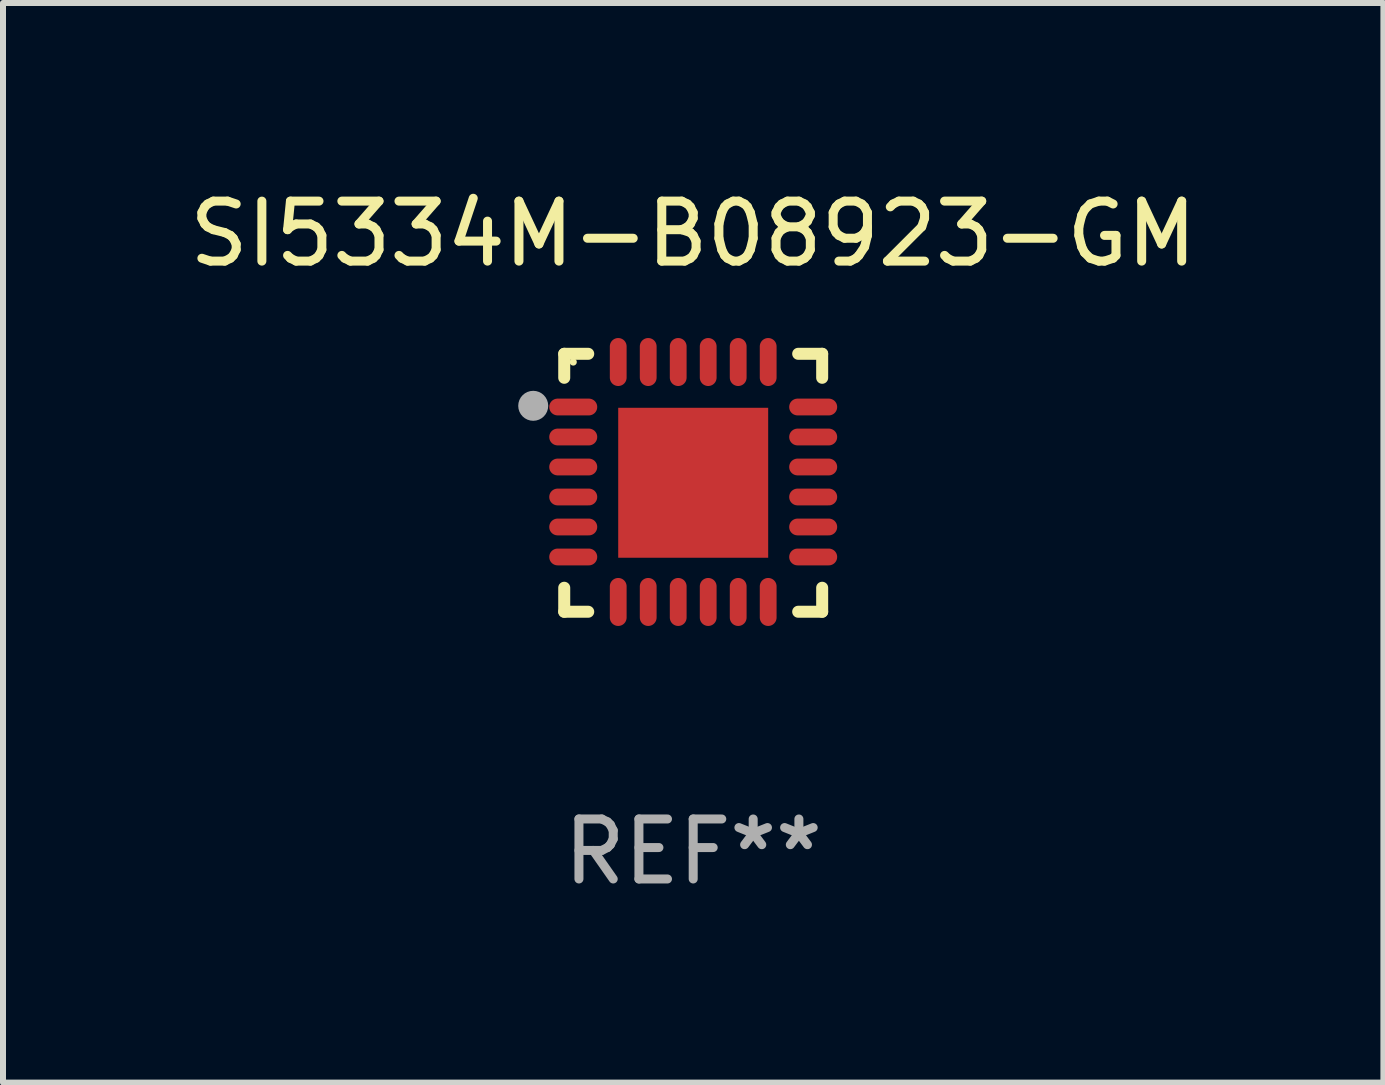
<source format=kicad_pcb>
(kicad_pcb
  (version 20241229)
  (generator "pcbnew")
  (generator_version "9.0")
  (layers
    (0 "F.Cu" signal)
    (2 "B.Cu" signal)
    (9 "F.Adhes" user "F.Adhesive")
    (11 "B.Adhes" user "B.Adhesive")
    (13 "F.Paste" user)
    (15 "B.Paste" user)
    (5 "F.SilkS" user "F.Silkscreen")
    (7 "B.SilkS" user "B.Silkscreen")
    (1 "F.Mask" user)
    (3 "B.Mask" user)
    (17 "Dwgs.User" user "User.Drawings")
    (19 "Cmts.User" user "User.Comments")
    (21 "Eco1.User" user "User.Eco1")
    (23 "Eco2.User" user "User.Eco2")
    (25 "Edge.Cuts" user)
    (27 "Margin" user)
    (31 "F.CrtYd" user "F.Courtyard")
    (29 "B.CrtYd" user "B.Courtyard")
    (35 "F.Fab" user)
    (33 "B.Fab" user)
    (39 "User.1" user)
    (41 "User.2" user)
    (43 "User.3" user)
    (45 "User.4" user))
  (footprint "SI5334M-B08923-GM"
    (layer "F.Cu")
    (at 8.506 4.998)
    (property "Reference" "SI5334M-B08923-GM" (at 0 -4.15 0) (layer "F.SilkS") (effects (font (size 1 1) (thickness 0.15))))
    (attr through_hole)
    (fp_line (start -2.15 -2.15) (end -1.75 -2.15) (stroke (width 0.2) (type solid)) (layer "F.SilkS"))
    (fp_line (start -2.15 -1.75) (end -2.15 -2.15) (stroke (width 0.2) (type solid)) (layer "F.SilkS"))
    (fp_line (start -2.15 2.15) (end -2.15 1.75) (stroke (width 0.2) (type solid)) (layer "F.SilkS"))
    (fp_line (start -1.75 2.15) (end -2.15 2.15) (stroke (width 0.2) (type solid)) (layer "F.SilkS"))
    (fp_line (start 1.75 -2.15) (end 2.15 -2.15) (stroke (width 0.2) (type solid)) (layer "F.SilkS"))
    (fp_line (start 1.75 2.15) (end 2.15 2.15) (stroke (width 0.2) (type solid)) (layer "F.SilkS"))
    (fp_line (start 2.15 -2.15) (end 2.15 -1.75) (stroke (width 0.2) (type solid)) (layer "F.SilkS"))
    (fp_line (start 2.15 2.15) (end 2.15 1.75) (stroke (width 0.2) (type solid)) (layer "F.SilkS"))
    (fp_circle (center -2 -2.013) (end -1.97 -2.013) (stroke (width 0.06) (type solid)) (fill no) (layer "F.SilkS"))
    (fp_circle (center -2.667 -1.283) (end -2.542 -1.283) (stroke (width 0.25) (type solid)) (fill no) (layer "F.Fab"))
    (fp_text user "REF**" (at 0 6.15 0) (layer "F.Fab") (effects (font (size 1 1) (thickness 0.15))))
    (pad "1" smd oval (at -2 -1.263) (size 0.8 0.28) (layers "F.Cu" "F.Mask" "F.Paste"))
    (pad "2" smd oval (at -2 -0.763) (size 0.8 0.28) (layers "F.Cu" "F.Mask" "F.Paste"))
    (pad "3" smd oval (at -2 -0.263) (size 0.8 0.28) (layers "F.Cu" "F.Mask" "F.Paste"))
    (pad "4" smd oval (at -2 0.237) (size 0.8 0.28) (layers "F.Cu" "F.Mask" "F.Paste"))
    (pad "5" smd oval (at -2 0.737) (size 0.8 0.28) (layers "F.Cu" "F.Mask" "F.Paste"))
    (pad "6" smd oval (at -2 1.237) (size 0.8 0.28) (layers "F.Cu" "F.Mask" "F.Paste"))
    (pad "7" smd oval (at -1.25 1.987) (size 0.28 0.8) (layers "F.Cu" "F.Mask" "F.Paste"))
    (pad "8" smd oval (at -0.75 1.987) (size 0.28 0.8) (layers "F.Cu" "F.Mask" "F.Paste"))
    (pad "9" smd oval (at -0.25 1.987) (size 0.28 0.8) (layers "F.Cu" "F.Mask" "F.Paste"))
    (pad "10" smd oval (at 0.25 1.987) (size 0.28 0.8) (layers "F.Cu" "F.Mask" "F.Paste"))
    (pad "11" smd oval (at 0.75 1.987) (size 0.28 0.8) (layers "F.Cu" "F.Mask" "F.Paste"))
    (pad "12" smd oval (at 1.25 1.987) (size 0.28 0.8) (layers "F.Cu" "F.Mask" "F.Paste"))
    (pad "13" smd oval (at 2 1.237) (size 0.8 0.28) (layers "F.Cu" "F.Mask" "F.Paste"))
    (pad "14" smd oval (at 2 0.737) (size 0.8 0.28) (layers "F.Cu" "F.Mask" "F.Paste"))
    (pad "15" smd oval (at 2 0.237) (size 0.8 0.28) (layers "F.Cu" "F.Mask" "F.Paste"))
    (pad "16" smd oval (at 2 -0.263) (size 0.8 0.28) (layers "F.Cu" "F.Mask" "F.Paste"))
    (pad "17" smd oval (at 2 -0.763) (size 0.8 0.28) (layers "F.Cu" "F.Mask" "F.Paste"))
    (pad "18" smd oval (at 2 -1.263) (size 0.8 0.28) (layers "F.Cu" "F.Mask" "F.Paste"))
    (pad "19" smd oval (at 1.25 -2.013) (size 0.28 0.8) (layers "F.Cu" "F.Mask" "F.Paste"))
    (pad "20" smd oval (at 0.75 -2.013) (size 0.28 0.8) (layers "F.Cu" "F.Mask" "F.Paste"))
    (pad "21" smd oval (at 0.25 -2.013) (size 0.28 0.8) (layers "F.Cu" "F.Mask" "F.Paste"))
    (pad "22" smd oval (at -0.25 -2.013) (size 0.28 0.8) (layers "F.Cu" "F.Mask" "F.Paste"))
    (pad "23" smd oval (at -0.75 -2.013) (size 0.28 0.8) (layers "F.Cu" "F.Mask" "F.Paste"))
    (pad "24" smd oval (at -1.25 -2.013) (size 0.28 0.8) (layers "F.Cu" "F.Mask" "F.Paste"))
    (pad "25" smd rect (at -0.000127 -0.00014) (size 2.5 2.5) (layers "F.Cu" "F.Mask" "F.Paste")))
  (gr_rect
    (start -3 -3)
    (end 20.012 14.997)
    (stroke (width 0.1) (type default))
    (fill no)
    (layer "Edge.Cuts")))
</source>
